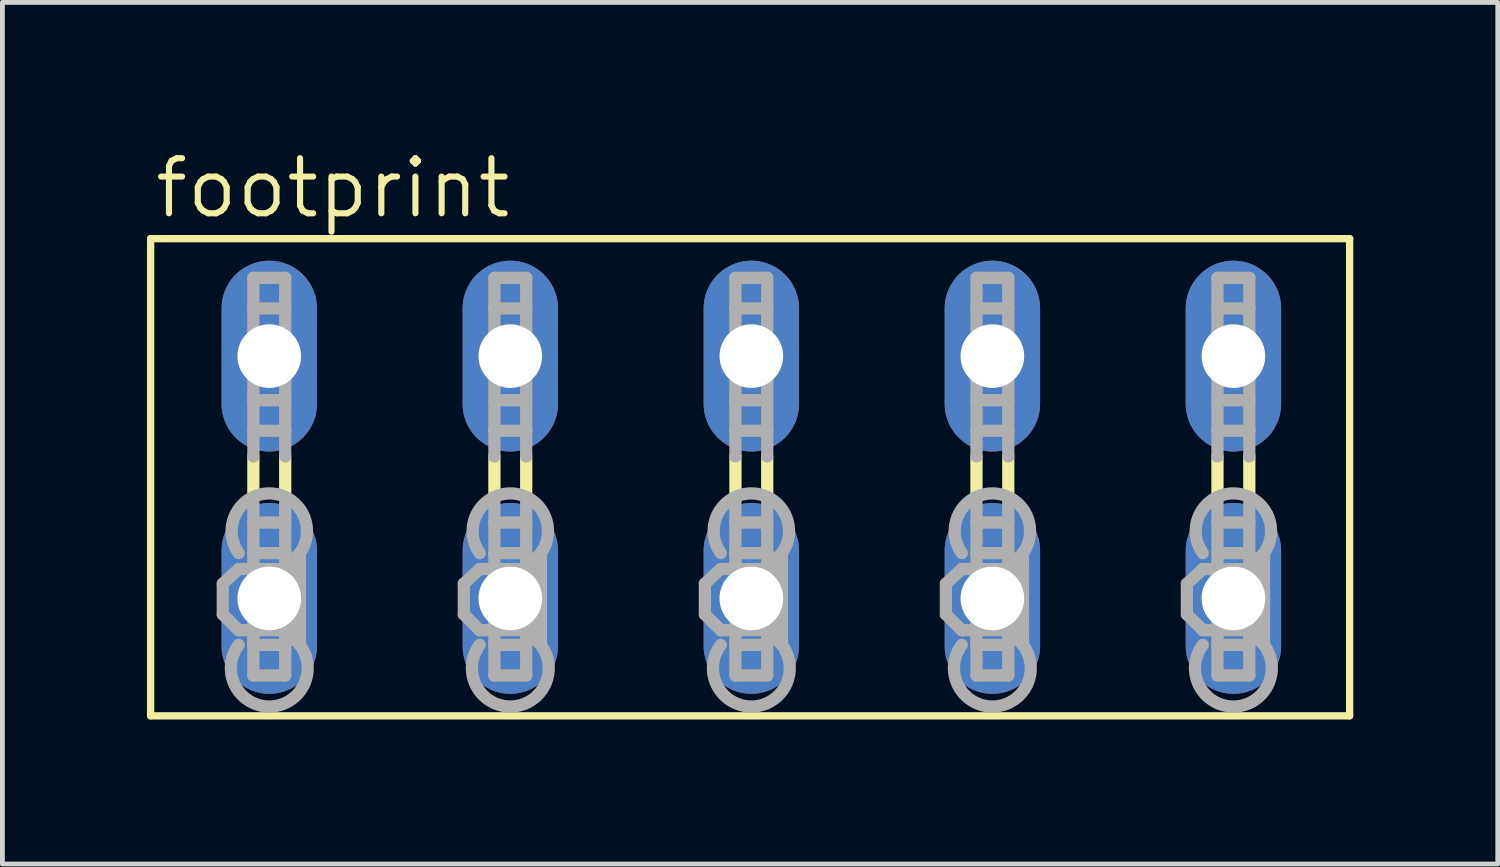
<source format=kicad_pcb>
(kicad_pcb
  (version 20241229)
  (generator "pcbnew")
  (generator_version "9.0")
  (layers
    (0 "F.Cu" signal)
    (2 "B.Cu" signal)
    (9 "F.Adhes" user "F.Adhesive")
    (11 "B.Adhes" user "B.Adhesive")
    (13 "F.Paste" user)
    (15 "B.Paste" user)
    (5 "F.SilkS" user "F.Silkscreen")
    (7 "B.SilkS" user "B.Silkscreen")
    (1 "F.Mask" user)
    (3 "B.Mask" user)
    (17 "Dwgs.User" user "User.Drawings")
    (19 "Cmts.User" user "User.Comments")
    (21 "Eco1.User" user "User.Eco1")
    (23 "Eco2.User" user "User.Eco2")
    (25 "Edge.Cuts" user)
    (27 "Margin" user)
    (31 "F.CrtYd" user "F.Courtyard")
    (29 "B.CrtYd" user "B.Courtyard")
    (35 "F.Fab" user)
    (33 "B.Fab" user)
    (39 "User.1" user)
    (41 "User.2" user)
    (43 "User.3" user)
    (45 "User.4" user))
  (footprint "footprint"
    (layer "F.Cu")
    (at 12.548 6.858)
    (property "Reference" "footprint" (at -12.446 -5.334 0) (layer "F.SilkS") (effects (font (size 1.143 1.143) (thickness 0.127)) (justify left bottom)))
    (fp_line (start -12.471 -4.953) (end -12.471 4.953) (stroke (width 0.152) (type solid)) (layer "F.SilkS"))
    (fp_line (start -12.471 -4.953) (end 12.421 -4.953) (stroke (width 0.152) (type solid)) (layer "F.SilkS"))
    (fp_line (start -10.338 0.432) (end -10.338 -0.432) (stroke (width 0.254) (type solid)) (layer "F.SilkS"))
    (fp_line (start -9.677 0.432) (end -9.677 -0.432) (stroke (width 0.254) (type solid)) (layer "F.SilkS"))
    (fp_line (start -5.334 0.432) (end -5.334 -0.432) (stroke (width 0.254) (type solid)) (layer "F.SilkS"))
    (fp_line (start -4.674 0.432) (end -4.674 -0.432) (stroke (width 0.254) (type solid)) (layer "F.SilkS"))
    (fp_line (start -0.33 0.432) (end -0.33 -0.432) (stroke (width 0.254) (type solid)) (layer "F.SilkS"))
    (fp_line (start 0.33 0.432) (end 0.33 -0.432) (stroke (width 0.254) (type solid)) (layer "F.SilkS"))
    (fp_line (start 4.674 0.432) (end 4.674 -0.432) (stroke (width 0.254) (type solid)) (layer "F.SilkS"))
    (fp_line (start 5.334 0.432) (end 5.334 -0.432) (stroke (width 0.254) (type solid)) (layer "F.SilkS"))
    (fp_line (start 9.677 0.432) (end 9.677 -0.432) (stroke (width 0.254) (type solid)) (layer "F.SilkS"))
    (fp_line (start 10.338 0.432) (end 10.338 -0.432) (stroke (width 0.254) (type solid)) (layer "F.SilkS"))
    (fp_line (start 12.421 4.953) (end -12.471 4.953) (stroke (width 0.152) (type solid)) (layer "F.SilkS"))
    (fp_line (start 12.421 4.953) (end 12.421 -4.953) (stroke (width 0.152) (type solid)) (layer "F.SilkS"))
    (fp_line (start -10.973 2.21) (end -10.643 1.905) (stroke (width 0.254) (type solid)) (layer "F.Fab"))
    (fp_line (start -10.973 2.845) (end -10.973 2.21) (stroke (width 0.254) (type solid)) (layer "F.Fab"))
    (fp_line (start -10.973 2.845) (end -10.643 3.175) (stroke (width 0.254) (type solid)) (layer "F.Fab"))
    (fp_line (start -10.338 -4.14) (end -9.677 -4.14) (stroke (width 0.254) (type solid)) (layer "F.Fab"))
    (fp_line (start -10.338 -3.505) (end -10.338 -4.14) (stroke (width 0.254) (type solid)) (layer "F.Fab"))
    (fp_line (start -10.338 -3.505) (end -10.338 -1.6) (stroke (width 0.254) (type solid)) (layer "F.Fab"))
    (fp_line (start -10.338 -1.6) (end -10.338 -0.965) (stroke (width 0.254) (type solid)) (layer "F.Fab"))
    (fp_line (start -10.338 -1.6) (end -9.677 -1.6) (stroke (width 0.254) (type solid)) (layer "F.Fab"))
    (fp_line (start -10.338 -0.965) (end -9.677 -0.965) (stroke (width 0.254) (type solid)) (layer "F.Fab"))
    (fp_line (start -10.338 -0.432) (end -10.338 -0.965) (stroke (width 0.254) (type solid)) (layer "F.Fab"))
    (fp_line (start -10.338 0.94) (end -10.338 0.432) (stroke (width 0.254) (type solid)) (layer "F.Fab"))
    (fp_line (start -10.338 0.94) (end -9.677 0.94) (stroke (width 0.254) (type solid)) (layer "F.Fab"))
    (fp_line (start -10.338 1.575) (end -10.338 0.94) (stroke (width 0.254) (type solid)) (layer "F.Fab"))
    (fp_line (start -10.338 1.575) (end -10.338 3.48) (stroke (width 0.254) (type solid)) (layer "F.Fab"))
    (fp_line (start -10.338 3.48) (end -10.338 4.115) (stroke (width 0.254) (type solid)) (layer "F.Fab"))
    (fp_line (start -10.338 3.48) (end -9.677 3.48) (stroke (width 0.254) (type solid)) (layer "F.Fab"))
    (fp_line (start -10.338 4.115) (end -9.677 4.115) (stroke (width 0.254) (type solid)) (layer "F.Fab"))
    (fp_line (start -9.677 -4.14) (end -9.677 -3.505) (stroke (width 0.254) (type solid)) (layer "F.Fab"))
    (fp_line (start -9.677 -3.505) (end -10.338 -3.505) (stroke (width 0.254) (type solid)) (layer "F.Fab"))
    (fp_line (start -9.677 -1.6) (end -9.677 -3.505) (stroke (width 0.254) (type solid)) (layer "F.Fab"))
    (fp_line (start -9.677 -0.965) (end -9.677 -1.6) (stroke (width 0.254) (type solid)) (layer "F.Fab"))
    (fp_line (start -9.677 -0.432) (end -9.677 -0.965) (stroke (width 0.254) (type solid)) (layer "F.Fab"))
    (fp_line (start -9.677 0.94) (end -9.677 0.432) (stroke (width 0.254) (type solid)) (layer "F.Fab"))
    (fp_line (start -9.677 0.94) (end -9.677 1.575) (stroke (width 0.254) (type solid)) (layer "F.Fab"))
    (fp_line (start -9.677 1.575) (end -10.338 1.575) (stroke (width 0.254) (type solid)) (layer "F.Fab"))
    (fp_line (start -9.677 1.905) (end -10.643 1.905) (stroke (width 0.254) (type solid)) (layer "F.Fab"))
    (fp_line (start -9.677 1.905) (end -9.677 1.575) (stroke (width 0.254) (type solid)) (layer "F.Fab"))
    (fp_line (start -9.677 1.905) (end -9.373 1.575) (stroke (width 0.254) (type solid)) (layer "F.Fab"))
    (fp_line (start -9.677 1.905) (end -9.373 2.21) (stroke (width 0.254) (type solid)) (layer "F.Fab"))
    (fp_line (start -9.677 3.175) (end -10.643 3.175) (stroke (width 0.254) (type solid)) (layer "F.Fab"))
    (fp_line (start -9.677 3.175) (end -9.677 1.905) (stroke (width 0.254) (type solid)) (layer "F.Fab"))
    (fp_line (start -9.677 3.175) (end -9.373 2.845) (stroke (width 0.254) (type solid)) (layer "F.Fab"))
    (fp_line (start -9.677 3.175) (end -9.373 3.48) (stroke (width 0.254) (type solid)) (layer "F.Fab"))
    (fp_line (start -9.677 3.48) (end -9.677 3.175) (stroke (width 0.254) (type solid)) (layer "F.Fab"))
    (fp_line (start -9.677 4.115) (end -9.677 3.48) (stroke (width 0.254) (type solid)) (layer "F.Fab"))
    (fp_line (start -9.373 1.905) (end -9.677 1.905) (stroke (width 0.254) (type solid)) (layer "F.Fab"))
    (fp_line (start -9.373 1.905) (end -9.373 1.575) (stroke (width 0.254) (type solid)) (layer "F.Fab"))
    (fp_line (start -9.373 2.21) (end -9.373 1.905) (stroke (width 0.254) (type solid)) (layer "F.Fab"))
    (fp_line (start -9.373 2.845) (end -9.373 2.21) (stroke (width 0.254) (type solid)) (layer "F.Fab"))
    (fp_line (start -9.373 3.175) (end -9.677 3.175) (stroke (width 0.254) (type solid)) (layer "F.Fab"))
    (fp_line (start -9.373 3.175) (end -9.373 2.845) (stroke (width 0.254) (type solid)) (layer "F.Fab"))
    (fp_line (start -9.373 3.48) (end -9.373 3.175) (stroke (width 0.254) (type solid)) (layer "F.Fab"))
    (fp_line (start -5.969 2.21) (end -5.639 1.905) (stroke (width 0.254) (type solid)) (layer "F.Fab"))
    (fp_line (start -5.969 2.845) (end -5.969 2.21) (stroke (width 0.254) (type solid)) (layer "F.Fab"))
    (fp_line (start -5.969 2.845) (end -5.639 3.175) (stroke (width 0.254) (type solid)) (layer "F.Fab"))
    (fp_line (start -5.334 -4.14) (end -4.674 -4.14) (stroke (width 0.254) (type solid)) (layer "F.Fab"))
    (fp_line (start -5.334 -3.505) (end -5.334 -4.14) (stroke (width 0.254) (type solid)) (layer "F.Fab"))
    (fp_line (start -5.334 -3.505) (end -5.334 -1.6) (stroke (width 0.254) (type solid)) (layer "F.Fab"))
    (fp_line (start -5.334 -1.6) (end -5.334 -0.965) (stroke (width 0.254) (type solid)) (layer "F.Fab"))
    (fp_line (start -5.334 -1.6) (end -4.674 -1.6) (stroke (width 0.254) (type solid)) (layer "F.Fab"))
    (fp_line (start -5.334 -0.965) (end -4.674 -0.965) (stroke (width 0.254) (type solid)) (layer "F.Fab"))
    (fp_line (start -5.334 -0.432) (end -5.334 -0.965) (stroke (width 0.254) (type solid)) (layer "F.Fab"))
    (fp_line (start -5.334 0.94) (end -5.334 0.432) (stroke (width 0.254) (type solid)) (layer "F.Fab"))
    (fp_line (start -5.334 0.94) (end -4.674 0.94) (stroke (width 0.254) (type solid)) (layer "F.Fab"))
    (fp_line (start -5.334 1.575) (end -5.334 0.94) (stroke (width 0.254) (type solid)) (layer "F.Fab"))
    (fp_line (start -5.334 1.575) (end -5.334 3.48) (stroke (width 0.254) (type solid)) (layer "F.Fab"))
    (fp_line (start -5.334 3.48) (end -5.334 4.115) (stroke (width 0.254) (type solid)) (layer "F.Fab"))
    (fp_line (start -5.334 3.48) (end -4.674 3.48) (stroke (width 0.254) (type solid)) (layer "F.Fab"))
    (fp_line (start -5.334 4.115) (end -4.674 4.115) (stroke (width 0.254) (type solid)) (layer "F.Fab"))
    (fp_line (start -4.674 -4.14) (end -4.674 -3.505) (stroke (width 0.254) (type solid)) (layer "F.Fab"))
    (fp_line (start -4.674 -3.505) (end -5.334 -3.505) (stroke (width 0.254) (type solid)) (layer "F.Fab"))
    (fp_line (start -4.674 -1.6) (end -4.674 -3.505) (stroke (width 0.254) (type solid)) (layer "F.Fab"))
    (fp_line (start -4.674 -0.965) (end -4.674 -1.6) (stroke (width 0.254) (type solid)) (layer "F.Fab"))
    (fp_line (start -4.674 -0.432) (end -4.674 -0.965) (stroke (width 0.254) (type solid)) (layer "F.Fab"))
    (fp_line (start -4.674 0.94) (end -4.674 0.432) (stroke (width 0.254) (type solid)) (layer "F.Fab"))
    (fp_line (start -4.674 0.94) (end -4.674 1.575) (stroke (width 0.254) (type solid)) (layer "F.Fab"))
    (fp_line (start -4.674 1.575) (end -5.334 1.575) (stroke (width 0.254) (type solid)) (layer "F.Fab"))
    (fp_line (start -4.674 1.905) (end -5.639 1.905) (stroke (width 0.254) (type solid)) (layer "F.Fab"))
    (fp_line (start -4.674 1.905) (end -4.674 1.575) (stroke (width 0.254) (type solid)) (layer "F.Fab"))
    (fp_line (start -4.674 1.905) (end -4.369 1.575) (stroke (width 0.254) (type solid)) (layer "F.Fab"))
    (fp_line (start -4.674 1.905) (end -4.369 2.21) (stroke (width 0.254) (type solid)) (layer "F.Fab"))
    (fp_line (start -4.674 3.175) (end -5.639 3.175) (stroke (width 0.254) (type solid)) (layer "F.Fab"))
    (fp_line (start -4.674 3.175) (end -4.674 1.905) (stroke (width 0.254) (type solid)) (layer "F.Fab"))
    (fp_line (start -4.674 3.175) (end -4.369 2.845) (stroke (width 0.254) (type solid)) (layer "F.Fab"))
    (fp_line (start -4.674 3.175) (end -4.369 3.48) (stroke (width 0.254) (type solid)) (layer "F.Fab"))
    (fp_line (start -4.674 3.48) (end -4.674 3.175) (stroke (width 0.254) (type solid)) (layer "F.Fab"))
    (fp_line (start -4.674 4.115) (end -4.674 3.48) (stroke (width 0.254) (type solid)) (layer "F.Fab"))
    (fp_line (start -4.369 1.905) (end -4.674 1.905) (stroke (width 0.254) (type solid)) (layer "F.Fab"))
    (fp_line (start -4.369 1.905) (end -4.369 1.575) (stroke (width 0.254) (type solid)) (layer "F.Fab"))
    (fp_line (start -4.369 2.21) (end -4.369 1.905) (stroke (width 0.254) (type solid)) (layer "F.Fab"))
    (fp_line (start -4.369 2.845) (end -4.369 2.21) (stroke (width 0.254) (type solid)) (layer "F.Fab"))
    (fp_line (start -4.369 3.175) (end -4.674 3.175) (stroke (width 0.254) (type solid)) (layer "F.Fab"))
    (fp_line (start -4.369 3.175) (end -4.369 2.845) (stroke (width 0.254) (type solid)) (layer "F.Fab"))
    (fp_line (start -4.369 3.48) (end -4.369 3.175) (stroke (width 0.254) (type solid)) (layer "F.Fab"))
    (fp_line (start -0.965 2.21) (end -0.635 1.905) (stroke (width 0.254) (type solid)) (layer "F.Fab"))
    (fp_line (start -0.965 2.845) (end -0.965 2.21) (stroke (width 0.254) (type solid)) (layer "F.Fab"))
    (fp_line (start -0.965 2.845) (end -0.635 3.175) (stroke (width 0.254) (type solid)) (layer "F.Fab"))
    (fp_line (start -0.33 -4.14) (end 0.33 -4.14) (stroke (width 0.254) (type solid)) (layer "F.Fab"))
    (fp_line (start -0.33 -3.505) (end -0.33 -4.14) (stroke (width 0.254) (type solid)) (layer "F.Fab"))
    (fp_line (start -0.33 -3.505) (end -0.33 -1.6) (stroke (width 0.254) (type solid)) (layer "F.Fab"))
    (fp_line (start -0.33 -1.6) (end 0.33 -1.6) (stroke (width 0.254) (type solid)) (layer "F.Fab"))
    (fp_line (start -0.33 -0.965) (end -0.33 -1.6) (stroke (width 0.254) (type solid)) (layer "F.Fab"))
    (fp_line (start -0.33 -0.965) (end 0.33 -0.965) (stroke (width 0.254) (type solid)) (layer "F.Fab"))
    (fp_line (start -0.33 -0.432) (end -0.33 -0.965) (stroke (width 0.254) (type solid)) (layer "F.Fab"))
    (fp_line (start -0.33 0.94) (end -0.33 0.432) (stroke (width 0.254) (type solid)) (layer "F.Fab"))
    (fp_line (start -0.33 0.94) (end 0.33 0.94) (stroke (width 0.254) (type solid)) (layer "F.Fab"))
    (fp_line (start -0.33 1.575) (end -0.33 0.94) (stroke (width 0.254) (type solid)) (layer "F.Fab"))
    (fp_line (start -0.33 1.575) (end -0.33 3.48) (stroke (width 0.254) (type solid)) (layer "F.Fab"))
    (fp_line (start -0.33 3.48) (end -0.33 4.115) (stroke (width 0.254) (type solid)) (layer "F.Fab"))
    (fp_line (start -0.33 3.48) (end 0.33 3.48) (stroke (width 0.254) (type solid)) (layer "F.Fab"))
    (fp_line (start -0.33 4.115) (end 0.33 4.115) (stroke (width 0.254) (type solid)) (layer "F.Fab"))
    (fp_line (start 0.33 -4.14) (end 0.33 -3.505) (stroke (width 0.254) (type solid)) (layer "F.Fab"))
    (fp_line (start 0.33 -3.505) (end -0.33 -3.505) (stroke (width 0.254) (type solid)) (layer "F.Fab"))
    (fp_line (start 0.33 -1.6) (end 0.33 -3.505) (stroke (width 0.254) (type solid)) (layer "F.Fab"))
    (fp_line (start 0.33 -0.965) (end 0.33 -1.6) (stroke (width 0.254) (type solid)) (layer "F.Fab"))
    (fp_line (start 0.33 -0.432) (end 0.33 -0.965) (stroke (width 0.254) (type solid)) (layer "F.Fab"))
    (fp_line (start 0.33 0.94) (end 0.33 0.432) (stroke (width 0.254) (type solid)) (layer "F.Fab"))
    (fp_line (start 0.33 0.94) (end 0.33 1.575) (stroke (width 0.254) (type solid)) (layer "F.Fab"))
    (fp_line (start 0.33 1.575) (end -0.33 1.575) (stroke (width 0.254) (type solid)) (layer "F.Fab"))
    (fp_line (start 0.33 1.905) (end -0.635 1.905) (stroke (width 0.254) (type solid)) (layer "F.Fab"))
    (fp_line (start 0.33 1.905) (end 0.33 1.575) (stroke (width 0.254) (type solid)) (layer "F.Fab"))
    (fp_line (start 0.33 1.905) (end 0.635 1.575) (stroke (width 0.254) (type solid)) (layer "F.Fab"))
    (fp_line (start 0.33 1.905) (end 0.635 2.21) (stroke (width 0.254) (type solid)) (layer "F.Fab"))
    (fp_line (start 0.33 3.175) (end -0.635 3.175) (stroke (width 0.254) (type solid)) (layer "F.Fab"))
    (fp_line (start 0.33 3.175) (end 0.33 1.905) (stroke (width 0.254) (type solid)) (layer "F.Fab"))
    (fp_line (start 0.33 3.175) (end 0.635 2.845) (stroke (width 0.254) (type solid)) (layer "F.Fab"))
    (fp_line (start 0.33 3.175) (end 0.635 3.48) (stroke (width 0.254) (type solid)) (layer "F.Fab"))
    (fp_line (start 0.33 3.48) (end 0.33 3.175) (stroke (width 0.254) (type solid)) (layer "F.Fab"))
    (fp_line (start 0.33 4.115) (end 0.33 3.48) (stroke (width 0.254) (type solid)) (layer "F.Fab"))
    (fp_line (start 0.635 1.905) (end 0.33 1.905) (stroke (width 0.254) (type solid)) (layer "F.Fab"))
    (fp_line (start 0.635 1.905) (end 0.635 1.575) (stroke (width 0.254) (type solid)) (layer "F.Fab"))
    (fp_line (start 0.635 2.21) (end 0.635 1.905) (stroke (width 0.254) (type solid)) (layer "F.Fab"))
    (fp_line (start 0.635 2.845) (end 0.635 2.21) (stroke (width 0.254) (type solid)) (layer "F.Fab"))
    (fp_line (start 0.635 3.175) (end 0.33 3.175) (stroke (width 0.254) (type solid)) (layer "F.Fab"))
    (fp_line (start 0.635 3.175) (end 0.635 2.845) (stroke (width 0.254) (type solid)) (layer "F.Fab"))
    (fp_line (start 0.635 3.48) (end 0.635 3.175) (stroke (width 0.254) (type solid)) (layer "F.Fab"))
    (fp_line (start 4.039 2.21) (end 4.369 1.905) (stroke (width 0.254) (type solid)) (layer "F.Fab"))
    (fp_line (start 4.039 2.845) (end 4.039 2.21) (stroke (width 0.254) (type solid)) (layer "F.Fab"))
    (fp_line (start 4.039 2.845) (end 4.369 3.175) (stroke (width 0.254) (type solid)) (layer "F.Fab"))
    (fp_line (start 4.674 -4.14) (end 5.334 -4.14) (stroke (width 0.254) (type solid)) (layer "F.Fab"))
    (fp_line (start 4.674 -3.505) (end 4.674 -4.14) (stroke (width 0.254) (type solid)) (layer "F.Fab"))
    (fp_line (start 4.674 -3.505) (end 4.674 -1.6) (stroke (width 0.254) (type solid)) (layer "F.Fab"))
    (fp_line (start 4.674 -1.6) (end 5.334 -1.6) (stroke (width 0.254) (type solid)) (layer "F.Fab"))
    (fp_line (start 4.674 -0.965) (end 4.674 -1.6) (stroke (width 0.254) (type solid)) (layer "F.Fab"))
    (fp_line (start 4.674 -0.965) (end 5.334 -0.965) (stroke (width 0.254) (type solid)) (layer "F.Fab"))
    (fp_line (start 4.674 -0.432) (end 4.674 -0.965) (stroke (width 0.254) (type solid)) (layer "F.Fab"))
    (fp_line (start 4.674 0.94) (end 4.674 0.432) (stroke (width 0.254) (type solid)) (layer "F.Fab"))
    (fp_line (start 4.674 0.94) (end 5.334 0.94) (stroke (width 0.254) (type solid)) (layer "F.Fab"))
    (fp_line (start 4.674 1.575) (end 4.674 0.94) (stroke (width 0.254) (type solid)) (layer "F.Fab"))
    (fp_line (start 4.674 1.575) (end 4.674 3.48) (stroke (width 0.254) (type solid)) (layer "F.Fab"))
    (fp_line (start 4.674 3.48) (end 4.674 4.115) (stroke (width 0.254) (type solid)) (layer "F.Fab"))
    (fp_line (start 4.674 3.48) (end 5.334 3.48) (stroke (width 0.254) (type solid)) (layer "F.Fab"))
    (fp_line (start 4.674 4.115) (end 5.334 4.115) (stroke (width 0.254) (type solid)) (layer "F.Fab"))
    (fp_line (start 5.334 -4.14) (end 5.334 -3.505) (stroke (width 0.254) (type solid)) (layer "F.Fab"))
    (fp_line (start 5.334 -3.505) (end 4.674 -3.505) (stroke (width 0.254) (type solid)) (layer "F.Fab"))
    (fp_line (start 5.334 -1.6) (end 5.334 -3.505) (stroke (width 0.254) (type solid)) (layer "F.Fab"))
    (fp_line (start 5.334 -0.965) (end 5.334 -1.6) (stroke (width 0.254) (type solid)) (layer "F.Fab"))
    (fp_line (start 5.334 -0.432) (end 5.334 -0.965) (stroke (width 0.254) (type solid)) (layer "F.Fab"))
    (fp_line (start 5.334 0.94) (end 5.334 0.432) (stroke (width 0.254) (type solid)) (layer "F.Fab"))
    (fp_line (start 5.334 0.94) (end 5.334 1.575) (stroke (width 0.254) (type solid)) (layer "F.Fab"))
    (fp_line (start 5.334 1.575) (end 4.674 1.575) (stroke (width 0.254) (type solid)) (layer "F.Fab"))
    (fp_line (start 5.334 1.905) (end 4.369 1.905) (stroke (width 0.254) (type solid)) (layer "F.Fab"))
    (fp_line (start 5.334 1.905) (end 5.334 1.575) (stroke (width 0.254) (type solid)) (layer "F.Fab"))
    (fp_line (start 5.334 1.905) (end 5.639 1.575) (stroke (width 0.254) (type solid)) (layer "F.Fab"))
    (fp_line (start 5.334 1.905) (end 5.639 2.21) (stroke (width 0.254) (type solid)) (layer "F.Fab"))
    (fp_line (start 5.334 3.175) (end 4.369 3.175) (stroke (width 0.254) (type solid)) (layer "F.Fab"))
    (fp_line (start 5.334 3.175) (end 5.334 1.905) (stroke (width 0.254) (type solid)) (layer "F.Fab"))
    (fp_line (start 5.334 3.175) (end 5.639 2.845) (stroke (width 0.254) (type solid)) (layer "F.Fab"))
    (fp_line (start 5.334 3.175) (end 5.639 3.48) (stroke (width 0.254) (type solid)) (layer "F.Fab"))
    (fp_line (start 5.334 3.48) (end 5.334 3.175) (stroke (width 0.254) (type solid)) (layer "F.Fab"))
    (fp_line (start 5.334 4.115) (end 5.334 3.48) (stroke (width 0.254) (type solid)) (layer "F.Fab"))
    (fp_line (start 5.639 1.905) (end 5.334 1.905) (stroke (width 0.254) (type solid)) (layer "F.Fab"))
    (fp_line (start 5.639 1.905) (end 5.639 1.575) (stroke (width 0.254) (type solid)) (layer "F.Fab"))
    (fp_line (start 5.639 2.21) (end 5.639 1.905) (stroke (width 0.254) (type solid)) (layer "F.Fab"))
    (fp_line (start 5.639 2.845) (end 5.639 2.21) (stroke (width 0.254) (type solid)) (layer "F.Fab"))
    (fp_line (start 5.639 3.175) (end 5.334 3.175) (stroke (width 0.254) (type solid)) (layer "F.Fab"))
    (fp_line (start 5.639 3.175) (end 5.639 2.845) (stroke (width 0.254) (type solid)) (layer "F.Fab"))
    (fp_line (start 5.639 3.48) (end 5.639 3.175) (stroke (width 0.254) (type solid)) (layer "F.Fab"))
    (fp_line (start 9.042 2.21) (end 9.373 1.905) (stroke (width 0.254) (type solid)) (layer "F.Fab"))
    (fp_line (start 9.042 2.845) (end 9.042 2.21) (stroke (width 0.254) (type solid)) (layer "F.Fab"))
    (fp_line (start 9.042 2.845) (end 9.373 3.175) (stroke (width 0.254) (type solid)) (layer "F.Fab"))
    (fp_line (start 9.677 -4.14) (end 10.338 -4.14) (stroke (width 0.254) (type solid)) (layer "F.Fab"))
    (fp_line (start 9.677 -3.505) (end 9.677 -4.14) (stroke (width 0.254) (type solid)) (layer "F.Fab"))
    (fp_line (start 9.677 -3.505) (end 9.677 -1.6) (stroke (width 0.254) (type solid)) (layer "F.Fab"))
    (fp_line (start 9.677 -1.6) (end 10.338 -1.6) (stroke (width 0.254) (type solid)) (layer "F.Fab"))
    (fp_line (start 9.677 -0.965) (end 9.677 -1.6) (stroke (width 0.254) (type solid)) (layer "F.Fab"))
    (fp_line (start 9.677 -0.965) (end 10.338 -0.965) (stroke (width 0.254) (type solid)) (layer "F.Fab"))
    (fp_line (start 9.677 -0.432) (end 9.677 -0.965) (stroke (width 0.254) (type solid)) (layer "F.Fab"))
    (fp_line (start 9.677 0.94) (end 9.677 0.432) (stroke (width 0.254) (type solid)) (layer "F.Fab"))
    (fp_line (start 9.677 0.94) (end 10.338 0.94) (stroke (width 0.254) (type solid)) (layer "F.Fab"))
    (fp_line (start 9.677 1.575) (end 9.677 0.94) (stroke (width 0.254) (type solid)) (layer "F.Fab"))
    (fp_line (start 9.677 1.575) (end 9.677 3.48) (stroke (width 0.254) (type solid)) (layer "F.Fab"))
    (fp_line (start 9.677 3.48) (end 9.677 4.115) (stroke (width 0.254) (type solid)) (layer "F.Fab"))
    (fp_line (start 9.677 3.48) (end 10.338 3.48) (stroke (width 0.254) (type solid)) (layer "F.Fab"))
    (fp_line (start 9.677 4.115) (end 10.338 4.115) (stroke (width 0.254) (type solid)) (layer "F.Fab"))
    (fp_line (start 10.338 -4.14) (end 10.338 -3.505) (stroke (width 0.254) (type solid)) (layer "F.Fab"))
    (fp_line (start 10.338 -3.505) (end 9.677 -3.505) (stroke (width 0.254) (type solid)) (layer "F.Fab"))
    (fp_line (start 10.338 -1.6) (end 10.338 -3.505) (stroke (width 0.254) (type solid)) (layer "F.Fab"))
    (fp_line (start 10.338 -0.965) (end 10.338 -1.6) (stroke (width 0.254) (type solid)) (layer "F.Fab"))
    (fp_line (start 10.338 -0.432) (end 10.338 -0.965) (stroke (width 0.254) (type solid)) (layer "F.Fab"))
    (fp_line (start 10.338 0.94) (end 10.338 0.432) (stroke (width 0.254) (type solid)) (layer "F.Fab"))
    (fp_line (start 10.338 0.94) (end 10.338 1.575) (stroke (width 0.254) (type solid)) (layer "F.Fab"))
    (fp_line (start 10.338 1.575) (end 9.677 1.575) (stroke (width 0.254) (type solid)) (layer "F.Fab"))
    (fp_line (start 10.338 1.905) (end 9.373 1.905) (stroke (width 0.254) (type solid)) (layer "F.Fab"))
    (fp_line (start 10.338 1.905) (end 10.338 1.575) (stroke (width 0.254) (type solid)) (layer "F.Fab"))
    (fp_line (start 10.338 1.905) (end 10.643 1.575) (stroke (width 0.254) (type solid)) (layer "F.Fab"))
    (fp_line (start 10.338 1.905) (end 10.643 2.21) (stroke (width 0.254) (type solid)) (layer "F.Fab"))
    (fp_line (start 10.338 3.175) (end 9.373 3.175) (stroke (width 0.254) (type solid)) (layer "F.Fab"))
    (fp_line (start 10.338 3.175) (end 10.338 1.905) (stroke (width 0.254) (type solid)) (layer "F.Fab"))
    (fp_line (start 10.338 3.175) (end 10.643 2.845) (stroke (width 0.254) (type solid)) (layer "F.Fab"))
    (fp_line (start 10.338 3.175) (end 10.643 3.48) (stroke (width 0.254) (type solid)) (layer "F.Fab"))
    (fp_line (start 10.338 3.48) (end 10.338 3.175) (stroke (width 0.254) (type solid)) (layer "F.Fab"))
    (fp_line (start 10.338 4.115) (end 10.338 3.48) (stroke (width 0.254) (type solid)) (layer "F.Fab"))
    (fp_line (start 10.643 1.905) (end 10.338 1.905) (stroke (width 0.254) (type solid)) (layer "F.Fab"))
    (fp_line (start 10.643 1.905) (end 10.643 1.575) (stroke (width 0.254) (type solid)) (layer "F.Fab"))
    (fp_line (start 10.643 2.21) (end 10.643 1.905) (stroke (width 0.254) (type solid)) (layer "F.Fab"))
    (fp_line (start 10.643 2.845) (end 10.643 2.21) (stroke (width 0.254) (type solid)) (layer "F.Fab"))
    (fp_line (start 10.643 3.175) (end 10.338 3.175) (stroke (width 0.254) (type solid)) (layer "F.Fab"))
    (fp_line (start 10.643 3.175) (end 10.643 2.845) (stroke (width 0.254) (type solid)) (layer "F.Fab"))
    (fp_line (start 10.643 3.48) (end 10.643 3.175) (stroke (width 0.254) (type solid)) (layer "F.Fab"))
    (fp_arc (start -10.6426 1.5748) (mid -10.007601 0.33513) (end -9.372599 1.574799) (stroke (width 0.254) (type solid)) (layer "F.Fab"))
    (fp_arc (start -9.3726 3.4798) (mid -10.0076 4.759976) (end -10.6426 3.4798) (stroke (width 0.254) (type solid)) (layer "F.Fab"))
    (fp_arc (start -5.6388 1.5748) (mid -5.003801 0.33513) (end -4.368799 1.574799) (stroke (width 0.254) (type solid)) (layer "F.Fab"))
    (fp_arc (start -4.3688 3.4798) (mid -5.0038 4.759976) (end -5.6388 3.4798) (stroke (width 0.254) (type solid)) (layer "F.Fab"))
    (fp_arc (start -0.635 1.5748) (mid -0.000001 0.33513) (end 0.635001 1.574799) (stroke (width 0.254) (type solid)) (layer "F.Fab"))
    (fp_arc (start 0.635 3.4798) (mid 0 4.759976) (end -0.635 3.4798) (stroke (width 0.254) (type solid)) (layer "F.Fab"))
    (fp_arc (start 4.3688 1.5748) (mid 5.003799 0.33513) (end 5.638801 1.574799) (stroke (width 0.254) (type solid)) (layer "F.Fab"))
    (fp_arc (start 5.6388 3.4798) (mid 5.0038 4.759976) (end 4.3688 3.4798) (stroke (width 0.254) (type solid)) (layer "F.Fab"))
    (fp_arc (start 9.3726 1.5748) (mid 10.007599 0.33513) (end 10.642601 1.574799) (stroke (width 0.254) (type solid)) (layer "F.Fab"))
    (fp_arc (start 10.6426 3.4798) (mid 10.0076 4.759976) (end 9.3726 3.4798) (stroke (width 0.254) (type solid)) (layer "F.Fab"))
    (pad "1" thru_hole oval (at -10.008 2.515 90) (size 3.962 1.981) (drill 1.321) (layers "*.Cu" "*.Mask"))
    (pad "2" thru_hole oval (at -10.008 -2.515 90) (size 3.962 1.981) (drill 1.321) (layers "*.Cu" "*.Mask"))
    (pad "3" thru_hole oval (at -5.004 2.515 90) (size 3.962 1.981) (drill 1.321) (layers "*.Cu" "*.Mask"))
    (pad "4" thru_hole oval (at -5.004 -2.515 90) (size 3.962 1.981) (drill 1.321) (layers "*.Cu" "*.Mask"))
    (pad "5" thru_hole oval (at 0 2.515 90) (size 3.962 1.981) (drill 1.321) (layers "*.Cu" "*.Mask"))
    (pad "6" thru_hole oval (at 0 -2.515 90) (size 3.962 1.981) (drill 1.321) (layers "*.Cu" "*.Mask"))
    (pad "7" thru_hole oval (at 5.004 2.515 90) (size 3.962 1.981) (drill 1.321) (layers "*.Cu" "*.Mask"))
    (pad "8" thru_hole oval (at 5.004 -2.515 90) (size 3.962 1.981) (drill 1.321) (layers "*.Cu" "*.Mask"))
    (pad "9" thru_hole oval (at 10.008 2.515 90) (size 3.962 1.981) (drill 1.321) (layers "*.Cu" "*.Mask"))
    (pad "10" thru_hole oval (at 10.008 -2.515 90) (size 3.962 1.981) (drill 1.321) (layers "*.Cu" "*.Mask")))
  (gr_rect
    (start -3 -3)
    (end 28.044 14.887)
    (stroke (width 0.1) (type default))
    (fill no)
    (layer "Edge.Cuts")))
</source>
